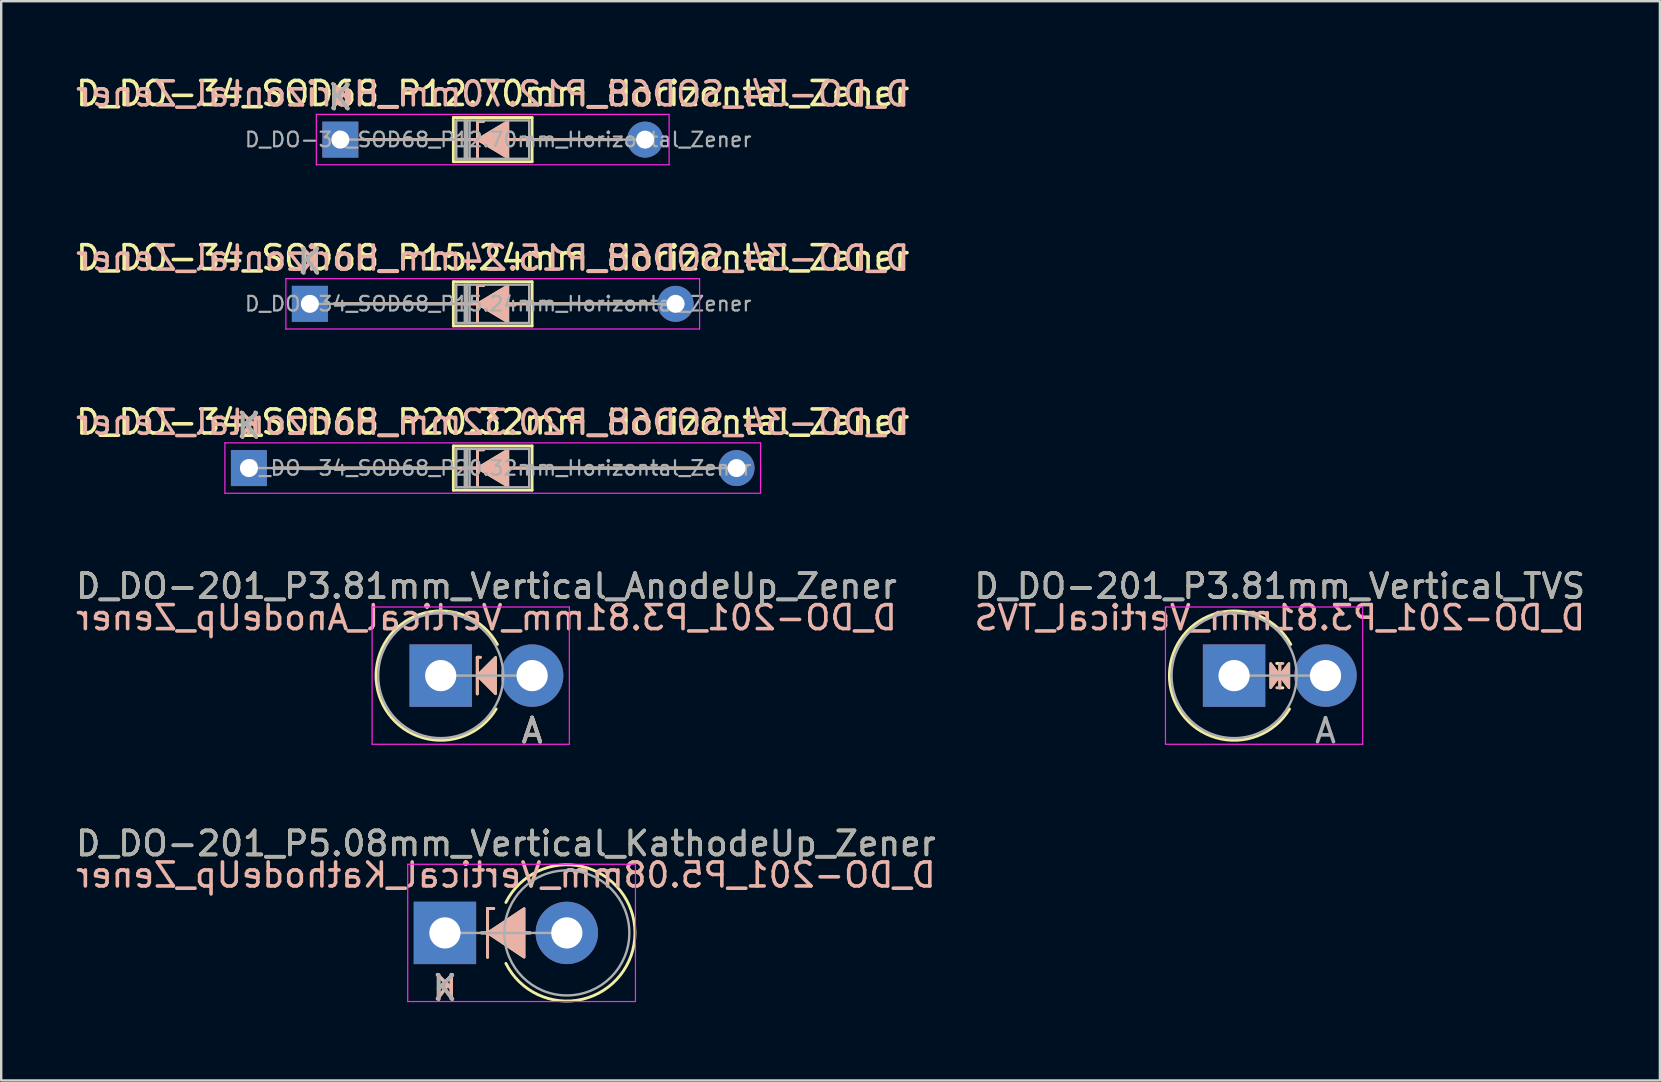
<source format=kicad_pcb>
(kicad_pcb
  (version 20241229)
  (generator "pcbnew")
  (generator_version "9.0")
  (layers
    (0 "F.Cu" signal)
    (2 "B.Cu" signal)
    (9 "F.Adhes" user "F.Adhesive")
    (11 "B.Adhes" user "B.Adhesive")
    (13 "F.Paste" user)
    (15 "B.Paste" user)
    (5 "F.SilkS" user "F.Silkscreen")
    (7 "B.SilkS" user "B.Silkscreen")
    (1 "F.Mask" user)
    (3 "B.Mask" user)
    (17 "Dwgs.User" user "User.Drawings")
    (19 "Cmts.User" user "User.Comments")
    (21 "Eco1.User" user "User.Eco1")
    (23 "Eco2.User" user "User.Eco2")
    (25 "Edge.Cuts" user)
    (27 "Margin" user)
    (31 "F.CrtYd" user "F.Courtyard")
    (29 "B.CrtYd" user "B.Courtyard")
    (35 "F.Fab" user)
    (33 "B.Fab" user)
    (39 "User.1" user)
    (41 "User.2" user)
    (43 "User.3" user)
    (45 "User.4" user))
  (footprint "D_DO-34_SOD68_P20.32mm_Horizontal_Zener"
    (layer "F.Cu")
    (at 7.322 16.455)
    (property "Reference" "D_DO-34_SOD68_P20.32mm_Horizontal_Zener" (at 10.16 -1.92 0) (layer "F.SilkS") (effects (font (size 1 1) (thickness 0.15))))
    (fp_line (start 1.016 0) (end 8.52 0) (stroke (width 0.12) (type solid)) (layer "F.SilkS"))
    (fp_line (start 8.52 -0.92) (end 8.52 0.92) (stroke (width 0.12) (type solid)) (layer "F.SilkS"))
    (fp_line (start 8.52 0.92) (end 11.8 0.92) (stroke (width 0.12) (type solid)) (layer "F.SilkS"))
    (fp_line (start 9.525 -0.762) (end 9.525 0.762) (stroke (width 0.12) (type solid)) (layer "F.SilkS"))
    (fp_line (start 9.525 -0.762) (end 9.779 -0.762) (stroke (width 0.12) (type solid)) (layer "F.SilkS"))
    (fp_line (start 9.61 0) (end 8.509 0) (stroke (width 0.12) (type solid)) (layer "F.SilkS"))
    (fp_line (start 10.795 0) (end 11.811 0) (stroke (width 0.12) (type solid)) (layer "F.SilkS"))
    (fp_line (start 11.8 -0.92) (end 8.52 -0.92) (stroke (width 0.12) (type solid)) (layer "F.SilkS"))
    (fp_line (start 11.8 0.92) (end 11.8 -0.92) (stroke (width 0.12) (type solid)) (layer "F.SilkS"))
    (fp_line (start 19.304 0) (end 11.8 0) (stroke (width 0.12) (type solid)) (layer "F.SilkS"))
    (fp_poly (pts (xy 10.795 0.762) (xy 9.525 0) (xy 10.795 -0.762)) (stroke (width 0.1) (type solid)) (fill yes) (layer "F.SilkS"))
    (fp_line (start 1.016 0) (end 8.52 0) (stroke (width 0.12) (type solid)) (layer "B.SilkS"))
    (fp_line (start 9.525 -0.762) (end 9.779 -0.762) (stroke (width 0.12) (type solid)) (layer "B.SilkS"))
    (fp_line (start 9.525 0.762) (end 9.525 -0.762) (stroke (width 0.12) (type solid)) (layer "B.SilkS"))
    (fp_line (start 9.61 0) (end 8.509 0) (stroke (width 0.12) (type solid)) (layer "B.SilkS"))
    (fp_line (start 10.795 0) (end 11.811 0) (stroke (width 0.12) (type solid)) (layer "B.SilkS"))
    (fp_line (start 19.304 0) (end 11.8 0) (stroke (width 0.12) (type solid)) (layer "B.SilkS"))
    (fp_poly (pts (xy 10.795 -0.762) (xy 9.525 0) (xy 10.795 0.762)) (stroke (width 0.1) (type solid)) (fill yes) (layer "B.SilkS"))
    (fp_line (start -1 -1.05) (end -1 1.05) (stroke (width 0.05) (type solid)) (layer "F.CrtYd"))
    (fp_line (start -1 1.05) (end 21.32 1.05) (stroke (width 0.05) (type solid)) (layer "F.CrtYd"))
    (fp_line (start 21.32 -1.05) (end -1 -1.05) (stroke (width 0.05) (type solid)) (layer "F.CrtYd"))
    (fp_line (start 21.32 1.05) (end 21.32 -1.05) (stroke (width 0.05) (type solid)) (layer "F.CrtYd"))
    (fp_line (start 0 0) (end 8.64 0) (stroke (width 0.1) (type solid)) (layer "F.Fab"))
    (fp_line (start 8.64 -0.8) (end 8.64 0.8) (stroke (width 0.1) (type solid)) (layer "F.Fab"))
    (fp_line (start 8.64 0.8) (end 11.68 0.8) (stroke (width 0.1) (type solid)) (layer "F.Fab"))
    (fp_line (start 8.996 -0.8) (end 8.996 0.8) (stroke (width 0.1) (type solid)) (layer "F.Fab"))
    (fp_line (start 9.096 -0.8) (end 9.096 0.8) (stroke (width 0.1) (type solid)) (layer "F.Fab"))
    (fp_line (start 9.196 -0.8) (end 9.196 0.8) (stroke (width 0.1) (type solid)) (layer "F.Fab"))
    (fp_line (start 11.68 -0.8) (end 8.64 -0.8) (stroke (width 0.1) (type solid)) (layer "F.Fab"))
    (fp_line (start 11.68 0.8) (end 11.68 -0.8) (stroke (width 0.1) (type solid)) (layer "F.Fab"))
    (fp_line (start 20.32 0) (end 11.68 0) (stroke (width 0.1) (type solid)) (layer "F.Fab"))
    (fp_text user "K" (at 0 -1.75 0) (layer "F.SilkS") (effects (font (size 1 1) (thickness 0.15))))
    (fp_text user "K" (at 0 -1.778 0) (layer "B.SilkS") (effects (font (size 1 1) (thickness 0.15)) (justify mirror)))
    (fp_text user "${REFERENCE}" (at 10.16 -1.905 0) (layer "B.SilkS") (effects (font (size 1 1) (thickness 0.15)) (justify mirror)))
    (fp_text user "K" (at 0 -1.75 0) (layer "F.Fab") (effects (font (size 1 1) (thickness 0.15))))
    (fp_text user "${REFERENCE}" (at 10.388 0 0) (layer "F.Fab") (effects (font (size 0.608 0.608) (thickness 0.091))))
    (pad "1" thru_hole rect (at 0 0) (size 1.5 1.5) (drill 0.75) (layers "*.Cu" "*.Mask"))
    (pad "2" thru_hole oval (at 20.32 0) (size 1.5 1.5) (drill 0.75) (layers "*.Cu" "*.Mask")))
  (footprint "D_DO-201_P5.08mm_Vertical_KathodeUp_Zener"
    (layer "F.Cu")
    (at 15.49 35.825)
    (property "Reference" "D_DO-201_P5.08mm_Vertical_KathodeUp_Zener" (at 2.54 -3.725 0) (layer "F.SilkS") (effects (font (size 1 1) (thickness 0.15))))
    (fp_line (start 1.524 0) (end 3.556 0) (stroke (width 0.12) (type solid)) (layer "F.SilkS"))
    (fp_line (start 1.778 -1.016) (end 2.032 -1.016) (stroke (width 0.12) (type solid)) (layer "F.SilkS"))
    (fp_line (start 1.778 1.016) (end 1.778 -1.016) (stroke (width 0.12) (type solid)) (layer "F.SilkS"))
    (fp_arc (start 2.539999 -1.269999) (mid 7.919803 0.000001) (end 2.539999 1.27) (stroke (width 0.12) (type solid)) (layer "F.SilkS"))
    (fp_poly (pts (xy 3.302 1.016) (xy 1.778 0) (xy 3.302 -1.016)) (stroke (width 0.1) (type solid)) (fill yes) (layer "F.SilkS"))
    (fp_line (start 1.524 0) (end 3.556 0) (stroke (width 0.12) (type solid)) (layer "B.SilkS"))
    (fp_line (start 1.778 -1.016) (end 1.778 1.016) (stroke (width 0.12) (type solid)) (layer "B.SilkS"))
    (fp_line (start 1.778 -1.016) (end 2.032 -1.016) (stroke (width 0.12) (type solid)) (layer "B.SilkS"))
    (fp_poly (pts (xy 3.302 -1.016) (xy 1.778 0) (xy 3.302 1.016)) (stroke (width 0.1) (type solid)) (fill yes) (layer "B.SilkS"))
    (fp_line (start -1.55 -2.86) (end -1.55 2.86) (stroke (width 0.05) (type solid)) (layer "F.CrtYd"))
    (fp_line (start -1.55 2.86) (end 7.94 2.86) (stroke (width 0.05) (type solid)) (layer "F.CrtYd"))
    (fp_line (start 7.94 -2.86) (end -1.55 -2.86) (stroke (width 0.05) (type solid)) (layer "F.CrtYd"))
    (fp_line (start 7.94 2.86) (end 7.94 -2.86) (stroke (width 0.05) (type solid)) (layer "F.CrtYd"))
    (fp_line (start 0 0) (end 5.08 0) (stroke (width 0.1) (type solid)) (layer "F.Fab"))
    (fp_circle (center 5.08 0) (end 7.685 0) (stroke (width 0.1) (type solid)) (fill no) (layer "F.Fab"))
    (fp_text user "K" (at 0 2.3 0) (layer "F.SilkS") (effects (font (size 1 1) (thickness 0.15))))
    (fp_text user "K" (at 0 2.286 0) (layer "B.SilkS") (effects (font (size 1 1) (thickness 0.15)) (justify mirror)))
    (fp_text user "${REFERENCE}" (at 2.54 -2.413 0) (layer "B.SilkS") (effects (font (size 1 1) (thickness 0.15)) (justify mirror)))
    (fp_text user "K" (at 0 2.3 0) (layer "F.Fab") (effects (font (size 1 1) (thickness 0.15))))
    (fp_text user "${REFERENCE}" (at 2.54 -3.725 0) (layer "F.Fab") (effects (font (size 1 1) (thickness 0.15))))
    (pad "1" thru_hole rect (at 0 0) (size 2.6 2.6) (drill 1.3) (layers "*.Cu" "*.Mask"))
    (pad "2" thru_hole oval (at 5.08 0) (size 2.6 2.6) (drill 1.3) (layers "*.Cu" "*.Mask")))
  (footprint "D_DO-34_SOD68_P12.70mm_Horizontal_Zener"
    (layer "F.Cu")
    (at 11.132 2.768)
    (property "Reference" "D_DO-34_SOD68_P12.70mm_Horizontal_Zener" (at 6.35 -1.92 0) (layer "F.SilkS") (effects (font (size 1 1) (thickness 0.15))))
    (fp_line (start 0.99 0) (end 4.71 0) (stroke (width 0.12) (type solid)) (layer "F.SilkS"))
    (fp_line (start 4.71 -0.92) (end 4.71 0.92) (stroke (width 0.12) (type solid)) (layer "F.SilkS"))
    (fp_line (start 4.71 0.92) (end 7.99 0.92) (stroke (width 0.12) (type solid)) (layer "F.SilkS"))
    (fp_line (start 5.715 -0.762) (end 5.715 0.762) (stroke (width 0.12) (type solid)) (layer "F.SilkS"))
    (fp_line (start 5.715 -0.762) (end 5.969 -0.762) (stroke (width 0.12) (type solid)) (layer "F.SilkS"))
    (fp_line (start 5.8 0) (end 4.71 0) (stroke (width 0.12) (type solid)) (layer "F.SilkS"))
    (fp_line (start 6.985 0) (end 7.99 0) (stroke (width 0.12) (type solid)) (layer "F.SilkS"))
    (fp_line (start 7.99 -0.92) (end 4.71 -0.92) (stroke (width 0.12) (type solid)) (layer "F.SilkS"))
    (fp_line (start 7.99 0.92) (end 7.99 -0.92) (stroke (width 0.12) (type solid)) (layer "F.SilkS"))
    (fp_line (start 11.71 0) (end 7.99 0) (stroke (width 0.12) (type solid)) (layer "F.SilkS"))
    (fp_poly (pts (xy 6.985 0.762) (xy 5.715 0) (xy 6.985 -0.762)) (stroke (width 0.1) (type solid)) (fill yes) (layer "F.SilkS"))
    (fp_line (start 0.99 0) (end 4.71 0) (stroke (width 0.12) (type solid)) (layer "B.SilkS"))
    (fp_line (start 5.715 -0.762) (end 5.969 -0.762) (stroke (width 0.12) (type solid)) (layer "B.SilkS"))
    (fp_line (start 5.715 0.762) (end 5.715 -0.762) (stroke (width 0.12) (type solid)) (layer "B.SilkS"))
    (fp_line (start 5.8 0) (end 4.71 0) (stroke (width 0.12) (type solid)) (layer "B.SilkS"))
    (fp_line (start 6.985 0) (end 7.99 0) (stroke (width 0.12) (type solid)) (layer "B.SilkS"))
    (fp_line (start 11.71 0) (end 7.99 0) (stroke (width 0.12) (type solid)) (layer "B.SilkS"))
    (fp_poly (pts (xy 6.985 -0.762) (xy 5.715 0) (xy 6.985 0.762)) (stroke (width 0.1) (type solid)) (fill yes) (layer "B.SilkS"))
    (fp_line (start -1 -1.05) (end -1 1.05) (stroke (width 0.05) (type solid)) (layer "F.CrtYd"))
    (fp_line (start -1 1.05) (end 13.7 1.05) (stroke (width 0.05) (type solid)) (layer "F.CrtYd"))
    (fp_line (start 13.7 -1.05) (end -1 -1.05) (stroke (width 0.05) (type solid)) (layer "F.CrtYd"))
    (fp_line (start 13.7 1.05) (end 13.7 -1.05) (stroke (width 0.05) (type solid)) (layer "F.CrtYd"))
    (fp_line (start 0 0) (end 4.83 0) (stroke (width 0.1) (type solid)) (layer "F.Fab"))
    (fp_line (start 4.83 -0.8) (end 4.83 0.8) (stroke (width 0.1) (type solid)) (layer "F.Fab"))
    (fp_line (start 4.83 0.8) (end 7.87 0.8) (stroke (width 0.1) (type solid)) (layer "F.Fab"))
    (fp_line (start 5.186 -0.8) (end 5.186 0.8) (stroke (width 0.1) (type solid)) (layer "F.Fab"))
    (fp_line (start 5.286 -0.8) (end 5.286 0.8) (stroke (width 0.1) (type solid)) (layer "F.Fab"))
    (fp_line (start 5.386 -0.8) (end 5.386 0.8) (stroke (width 0.1) (type solid)) (layer "F.Fab"))
    (fp_line (start 7.87 -0.8) (end 4.83 -0.8) (stroke (width 0.1) (type solid)) (layer "F.Fab"))
    (fp_line (start 7.87 0.8) (end 7.87 -0.8) (stroke (width 0.1) (type solid)) (layer "F.Fab"))
    (fp_line (start 12.7 0) (end 7.87 0) (stroke (width 0.1) (type solid)) (layer "F.Fab"))
    (fp_text user "K" (at 0 -1.75 0) (layer "F.SilkS") (effects (font (size 1 1) (thickness 0.15))))
    (fp_text user "${REFERENCE}" (at 6.35 -1.905 0) (layer "B.SilkS") (effects (font (size 1 1) (thickness 0.15)) (justify mirror)))
    (fp_text user "K" (at 0 -1.778 0) (layer "B.SilkS") (effects (font (size 1 1) (thickness 0.15)) (justify mirror)))
    (fp_text user "${REFERENCE}" (at 6.578 0 0) (layer "F.Fab") (effects (font (size 0.608 0.608) (thickness 0.091))))
    (fp_text user "K" (at 0 -1.75 0) (layer "F.Fab") (effects (font (size 1 1) (thickness 0.15))))
    (pad "1" thru_hole rect (at 0 0) (size 1.5 1.5) (drill 0.75) (layers "*.Cu" "*.Mask"))
    (pad "2" thru_hole oval (at 12.7 0) (size 1.5 1.5) (drill 0.75) (layers "*.Cu" "*.Mask")))
  (footprint "D_DO-34_SOD68_P15.24mm_Horizontal_Zener"
    (layer "F.Cu")
    (at 9.862 9.611)
    (property "Reference" "D_DO-34_SOD68_P15.24mm_Horizontal_Zener" (at 7.62 -1.92 0) (layer "F.SilkS") (effects (font (size 1 1) (thickness 0.15))))
    (fp_line (start 1.016 0) (end 5.98 0) (stroke (width 0.12) (type solid)) (layer "F.SilkS"))
    (fp_line (start 5.98 -0.92) (end 5.98 0.92) (stroke (width 0.12) (type solid)) (layer "F.SilkS"))
    (fp_line (start 5.98 0.92) (end 9.26 0.92) (stroke (width 0.12) (type solid)) (layer "F.SilkS"))
    (fp_line (start 6.985 -0.762) (end 6.985 0.762) (stroke (width 0.12) (type solid)) (layer "F.SilkS"))
    (fp_line (start 6.985 -0.762) (end 7.239 -0.762) (stroke (width 0.12) (type solid)) (layer "F.SilkS"))
    (fp_line (start 7.07 0) (end 5.969 0) (stroke (width 0.12) (type solid)) (layer "F.SilkS"))
    (fp_line (start 8.255 0) (end 9.271 0) (stroke (width 0.12) (type solid)) (layer "F.SilkS"))
    (fp_line (start 9.26 -0.92) (end 5.98 -0.92) (stroke (width 0.12) (type solid)) (layer "F.SilkS"))
    (fp_line (start 9.26 0.92) (end 9.26 -0.92) (stroke (width 0.12) (type solid)) (layer "F.SilkS"))
    (fp_line (start 14.224 0) (end 9.26 0) (stroke (width 0.12) (type solid)) (layer "F.SilkS"))
    (fp_poly (pts (xy 8.255 0.762) (xy 6.985 0) (xy 8.255 -0.762)) (stroke (width 0.1) (type solid)) (fill yes) (layer "F.SilkS"))
    (fp_line (start 1.016 0) (end 5.98 0) (stroke (width 0.12) (type solid)) (layer "B.SilkS"))
    (fp_line (start 6.985 -0.762) (end 7.239 -0.762) (stroke (width 0.12) (type solid)) (layer "B.SilkS"))
    (fp_line (start 6.985 0.762) (end 6.985 -0.762) (stroke (width 0.12) (type solid)) (layer "B.SilkS"))
    (fp_line (start 7.07 0) (end 5.969 0) (stroke (width 0.12) (type solid)) (layer "B.SilkS"))
    (fp_line (start 8.255 0) (end 9.271 0) (stroke (width 0.12) (type solid)) (layer "B.SilkS"))
    (fp_line (start 14.224 0) (end 9.26 0) (stroke (width 0.12) (type solid)) (layer "B.SilkS"))
    (fp_poly (pts (xy 8.255 -0.762) (xy 6.985 0) (xy 8.255 0.762)) (stroke (width 0.1) (type solid)) (fill yes) (layer "B.SilkS"))
    (fp_line (start -1 -1.05) (end -1 1.05) (stroke (width 0.05) (type solid)) (layer "F.CrtYd"))
    (fp_line (start -1 1.05) (end 16.24 1.05) (stroke (width 0.05) (type solid)) (layer "F.CrtYd"))
    (fp_line (start 16.24 -1.05) (end -1 -1.05) (stroke (width 0.05) (type solid)) (layer "F.CrtYd"))
    (fp_line (start 16.24 1.05) (end 16.24 -1.05) (stroke (width 0.05) (type solid)) (layer "F.CrtYd"))
    (fp_line (start 0 0) (end 6.1 0) (stroke (width 0.1) (type solid)) (layer "F.Fab"))
    (fp_line (start 6.1 -0.8) (end 6.1 0.8) (stroke (width 0.1) (type solid)) (layer "F.Fab"))
    (fp_line (start 6.1 0.8) (end 9.14 0.8) (stroke (width 0.1) (type solid)) (layer "F.Fab"))
    (fp_line (start 6.456 -0.8) (end 6.456 0.8) (stroke (width 0.1) (type solid)) (layer "F.Fab"))
    (fp_line (start 6.556 -0.8) (end 6.556 0.8) (stroke (width 0.1) (type solid)) (layer "F.Fab"))
    (fp_line (start 6.656 -0.8) (end 6.656 0.8) (stroke (width 0.1) (type solid)) (layer "F.Fab"))
    (fp_line (start 9.14 -0.8) (end 6.1 -0.8) (stroke (width 0.1) (type solid)) (layer "F.Fab"))
    (fp_line (start 9.14 0.8) (end 9.14 -0.8) (stroke (width 0.1) (type solid)) (layer "F.Fab"))
    (fp_line (start 15.24 0) (end 9.14 0) (stroke (width 0.1) (type solid)) (layer "F.Fab"))
    (fp_text user "K" (at 0 -1.75 0) (layer "F.SilkS") (effects (font (size 1 1) (thickness 0.15))))
    (fp_text user "K" (at 0 -1.778 0) (layer "B.SilkS") (effects (font (size 1 1) (thickness 0.15)) (justify mirror)))
    (fp_text user "${REFERENCE}" (at 7.62 -1.905 0) (layer "B.SilkS") (effects (font (size 1 1) (thickness 0.15)) (justify mirror)))
    (fp_text user "${REFERENCE}" (at 7.848 0 0) (layer "F.Fab") (effects (font (size 0.608 0.608) (thickness 0.091))))
    (fp_text user "K" (at 0 -1.75 0) (layer "F.Fab") (effects (font (size 1 1) (thickness 0.15))))
    (pad "1" thru_hole rect (at 0 0) (size 1.5 1.5) (drill 0.75) (layers "*.Cu" "*.Mask"))
    (pad "2" thru_hole oval (at 15.24 0) (size 1.5 1.5) (drill 0.75) (layers "*.Cu" "*.Mask")))
  (footprint "D_DO-201_P3.81mm_Vertical_TVS"
    (layer "F.Cu")
    (at 48.375 25.103)
    (property "Reference" "D_DO-201_P3.81mm_Vertical_TVS" (at 1.905 -3.725 0) (layer "F.SilkS") (effects (font (size 1 1) (thickness 0.15))))
    (fp_line (start 1.778 -0.508) (end 1.905 -0.508) (stroke (width 0.12) (type solid)) (layer "F.SilkS"))
    (fp_line (start 1.905 -0.508) (end 1.905 0.508) (stroke (width 0.12) (type solid)) (layer "F.SilkS"))
    (fp_line (start 1.905 0.508) (end 2.032 0.508) (stroke (width 0.12) (type solid)) (layer "F.SilkS"))
    (fp_arc (start 2.30942 1.390181) (mid -2.695054 -0.052035) (end 2.361361 -1.3) (stroke (width 0.12) (type solid)) (layer "F.SilkS"))
    (fp_poly (pts (xy 1.524 -0.508) (xy 1.905 0) (xy 1.524 0.508)) (stroke (width 0.1) (type solid)) (fill yes) (layer "F.SilkS"))
    (fp_poly (pts (xy 2.286 0.508) (xy 1.905 0) (xy 2.286 -0.508)) (stroke (width 0.1) (type solid)) (fill yes) (layer "F.SilkS"))
    (fp_line (start 1.778 0.508) (end 1.905 0.508) (stroke (width 0.12) (type solid)) (layer "B.SilkS"))
    (fp_line (start 1.905 -0.508) (end 2.032 -0.508) (stroke (width 0.12) (type solid)) (layer "B.SilkS"))
    (fp_line (start 1.905 0.508) (end 1.905 -0.508) (stroke (width 0.12) (type solid)) (layer "B.SilkS"))
    (fp_poly (pts (xy 1.524 0.508) (xy 1.905 0) (xy 1.524 -0.508)) (stroke (width 0.1) (type solid)) (fill yes) (layer "B.SilkS"))
    (fp_poly (pts (xy 2.286 -0.508) (xy 1.905 0) (xy 2.286 0.508)) (stroke (width 0.1) (type solid)) (fill yes) (layer "B.SilkS"))
    (fp_line (start -2.86 -2.86) (end -2.86 2.86) (stroke (width 0.05) (type solid)) (layer "F.CrtYd"))
    (fp_line (start -2.86 2.86) (end 5.36 2.86) (stroke (width 0.05) (type solid)) (layer "F.CrtYd"))
    (fp_line (start 5.36 -2.86) (end -2.86 -2.86) (stroke (width 0.05) (type solid)) (layer "F.CrtYd"))
    (fp_line (start 5.36 2.86) (end 5.36 -2.86) (stroke (width 0.05) (type solid)) (layer "F.CrtYd"))
    (fp_line (start 0 0) (end 3.81 0) (stroke (width 0.1) (type solid)) (layer "F.Fab"))
    (fp_circle (center 0 0) (end 2.605 0) (stroke (width 0.1) (type solid)) (fill no) (layer "F.Fab"))
    (fp_text user "${REFERENCE}" (at 1.905 -2.413 0) (layer "B.SilkS") (effects (font (size 1 1) (thickness 0.15)) (justify mirror)))
    (fp_text user "${REFERENCE}" (at 1.905 -3.725 0) (layer "F.Fab") (effects (font (size 1 1) (thickness 0.15))))
    (fp_text user "A" (at 3.81 2.3 0) (layer "F.Fab") (effects (font (size 1 1) (thickness 0.15))))
    (pad "1" thru_hole rect (at 0 0) (size 2.6 2.6) (drill 1.3) (layers "*.Cu" "*.Mask"))
    (pad "2" thru_hole oval (at 3.81 0) (size 2.6 2.6) (drill 1.3) (layers "*.Cu" "*.Mask")))
  (footprint "D_DO-201_P3.81mm_Vertical_AnodeUp_Zener"
    (layer "F.Cu")
    (at 15.315 25.103)
    (property "Reference" "D_DO-201_P3.81mm_Vertical_AnodeUp_Zener" (at 1.905 -3.725 0) (layer "F.SilkS") (effects (font (size 1 1) (thickness 0.15))))
    (fp_line (start 1.524 -0.762) (end 1.524 0.762) (stroke (width 0.12) (type solid)) (layer "F.SilkS"))
    (fp_line (start 1.524 -0.762) (end 1.651 -0.762) (stroke (width 0.12) (type solid)) (layer "F.SilkS"))
    (fp_arc (start 2.30942 1.390181) (mid -2.695054 -0.052035) (end 2.361361 -1.3) (stroke (width 0.12) (type solid)) (layer "F.SilkS"))
    (fp_poly (pts (xy 2.286 0.762) (xy 1.524 0) (xy 2.286 -0.762)) (stroke (width 0.1) (type solid)) (fill yes) (layer "F.SilkS"))
    (fp_line (start 1.524 -0.762) (end 1.651 -0.762) (stroke (width 0.12) (type solid)) (layer "B.SilkS"))
    (fp_line (start 1.524 0.762) (end 1.524 -0.762) (stroke (width 0.12) (type solid)) (layer "B.SilkS"))
    (fp_poly (pts (xy 2.286 -0.762) (xy 1.524 0) (xy 2.286 0.762)) (stroke (width 0.1) (type solid)) (fill yes) (layer "B.SilkS"))
    (fp_line (start -2.86 -2.86) (end -2.86 2.86) (stroke (width 0.05) (type solid)) (layer "F.CrtYd"))
    (fp_line (start -2.86 2.86) (end 5.36 2.86) (stroke (width 0.05) (type solid)) (layer "F.CrtYd"))
    (fp_line (start 5.36 -2.86) (end -2.86 -2.86) (stroke (width 0.05) (type solid)) (layer "F.CrtYd"))
    (fp_line (start 5.36 2.86) (end 5.36 -2.86) (stroke (width 0.05) (type solid)) (layer "F.CrtYd"))
    (fp_line (start 0 0) (end 3.81 0) (stroke (width 0.1) (type solid)) (layer "F.Fab"))
    (fp_circle (center 0 0) (end 2.605 0) (stroke (width 0.1) (type solid)) (fill no) (layer "F.Fab"))
    (fp_text user "A" (at 3.81 2.3 0) (layer "F.SilkS") (effects (font (size 1 1) (thickness 0.15))))
    (fp_text user "A" (at 3.81 2.286 0) (layer "B.SilkS") (effects (font (size 1 1) (thickness 0.15)) (justify mirror)))
    (fp_text user "${REFERENCE}" (at 1.905 -2.413 0) (layer "B.SilkS") (effects (font (size 1 1) (thickness 0.15)) (justify mirror)))
    (fp_text user "${REFERENCE}" (at 1.905 -3.725 0) (layer "F.Fab") (effects (font (size 1 1) (thickness 0.15))))
    (fp_text user "A" (at 3.81 2.3 0) (layer "F.Fab") (effects (font (size 1 1) (thickness 0.15))))
    (pad "1" thru_hole rect (at 0 0) (size 2.6 2.6) (drill 1.3) (layers "*.Cu" "*.Mask"))
    (pad "2" thru_hole oval (at 3.81 0) (size 2.6 2.6) (drill 1.3) (layers "*.Cu" "*.Mask")))
  (gr_rect
    (start -3 -3)
    (end 66.119 41.973)
    (stroke (width 0.1) (type default))
    (fill no)
    (layer "Edge.Cuts")))
</source>
